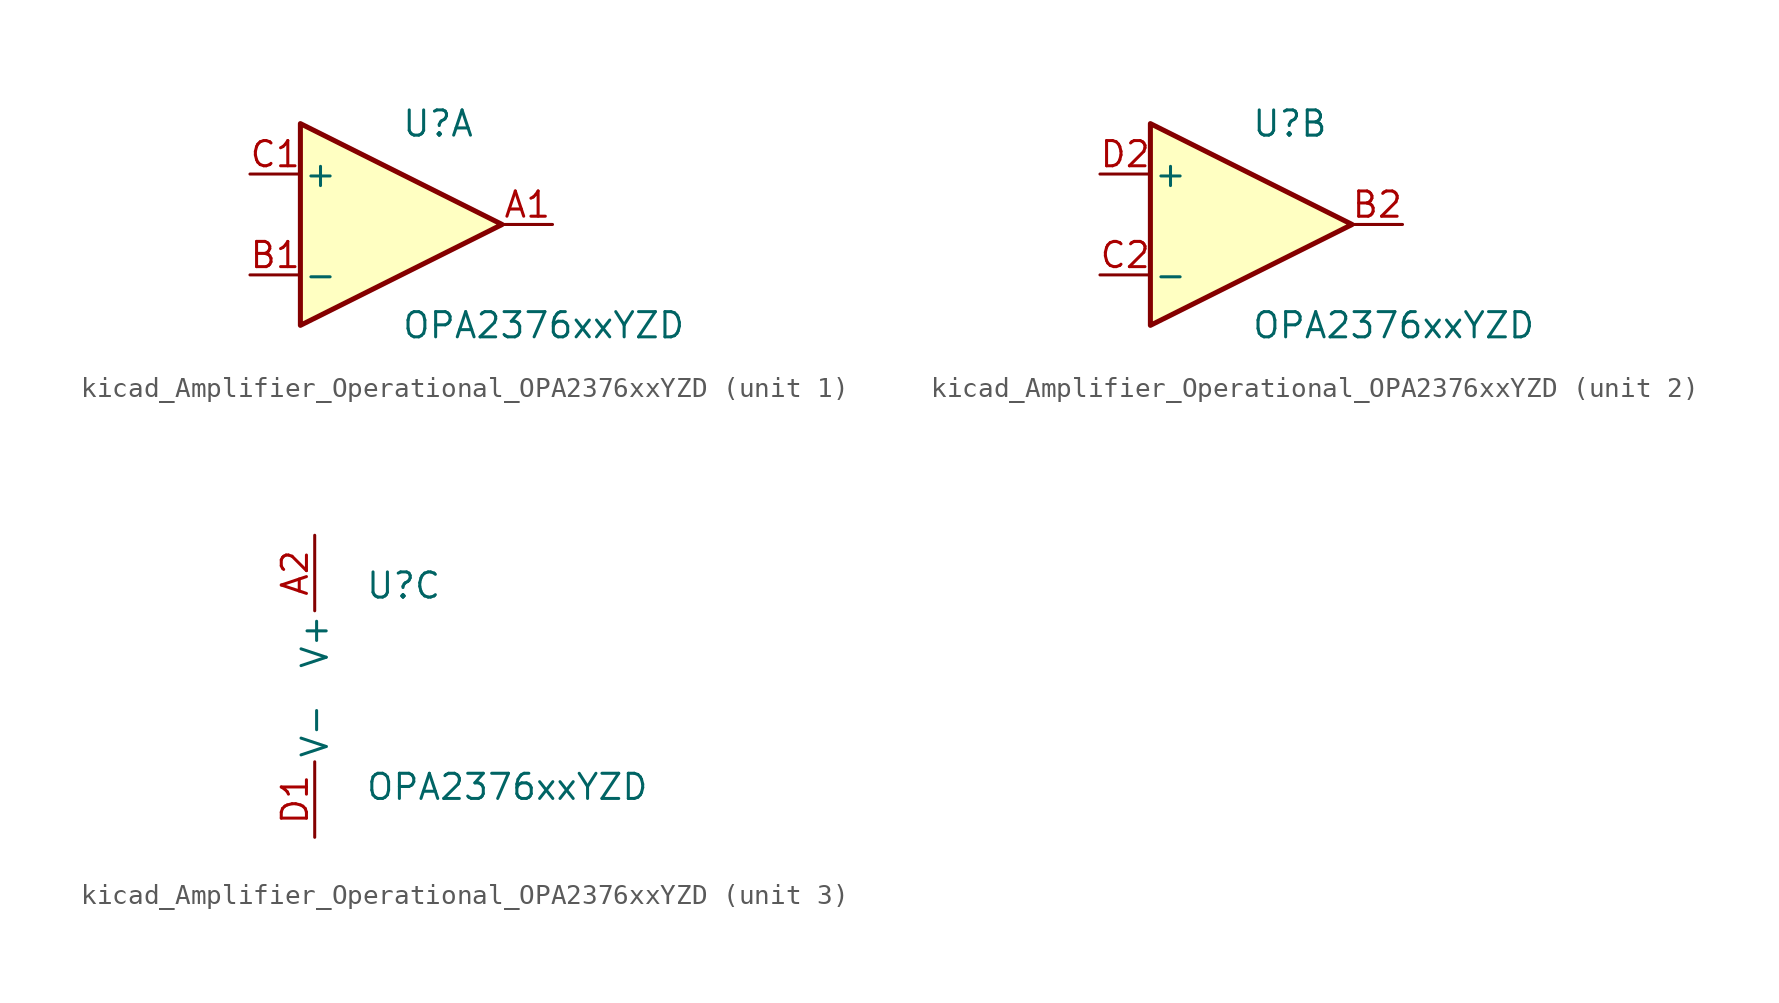
<source format=kicad_sym>
(kicad_symbol_lib
  (version 20220914)
  (generator kicad_symbol_editor)
  (symbol "kicad_Amplifier_Operational_OPA2376xxYZD"
    (pin_names
      (offset 0.127))
    (property "Reference" "U"
      (at 0 5.08 0)
      (effects (font (size 1.27 1.27)) (justify left)))
    (property "Value" "OPA2376xxYZD"
      (at 0 -5.08 0)
      (effects (font (size 1.27 1.27)) (justify left)))
    (property "ki_locked" ""
      (at 0 0 0)
      (effects (font (size 1.27 1.27))))
    (symbol "kicad_Amplifier_Operational_OPA2376xxYZD_1_1"
      (polyline (pts (xy -5.08 5.08) (xy 5.08 0) (xy -5.08 -5.08) (xy -5.08 5.08)) (stroke (width 0.254) (type default)) (fill (type background)))
      (pin output line (at 7.62 0 180) (length 2.54) (name "~" (effects (font (size 1.27 1.27)))) (number "A1" (effects (font (size 1.27 1.27)))))
      (pin input line (at -7.62 -2.54 0) (length 2.54) (name "-" (effects (font (size 1.27 1.27)))) (number "B1" (effects (font (size 1.27 1.27)))))
      (pin input line (at -7.62 2.54 0) (length 2.54) (name "+" (effects (font (size 1.27 1.27)))) (number "C1" (effects (font (size 1.27 1.27))))))
    (symbol "kicad_Amplifier_Operational_OPA2376xxYZD_2_1"
      (polyline (pts (xy -5.08 5.08) (xy 5.08 0) (xy -5.08 -5.08) (xy -5.08 5.08)) (stroke (width 0.254) (type default)) (fill (type background)))
      (pin output line (at 7.62 0 180) (length 2.54) (name "~" (effects (font (size 1.27 1.27)))) (number "B2" (effects (font (size 1.27 1.27)))))
      (pin input line (at -7.62 -2.54 0) (length 2.54) (name "-" (effects (font (size 1.27 1.27)))) (number "C2" (effects (font (size 1.27 1.27)))))
      (pin input line (at -7.62 2.54 0) (length 2.54) (name "+" (effects (font (size 1.27 1.27)))) (number "D2" (effects (font (size 1.27 1.27))))))
    (symbol "kicad_Amplifier_Operational_OPA2376xxYZD_3_1"
      (pin power_in line (at -2.54 7.62 270) (length 3.81) (name "V+" (effects (font (size 1.27 1.27)))) (number "A2" (effects (font (size 1.27 1.27)))))
      (pin power_in line (at -2.54 -7.62 90) (length 3.81) (name "V-" (effects (font (size 1.27 1.27)))) (number "D1" (effects (font (size 1.27 1.27))))))))
</source>
